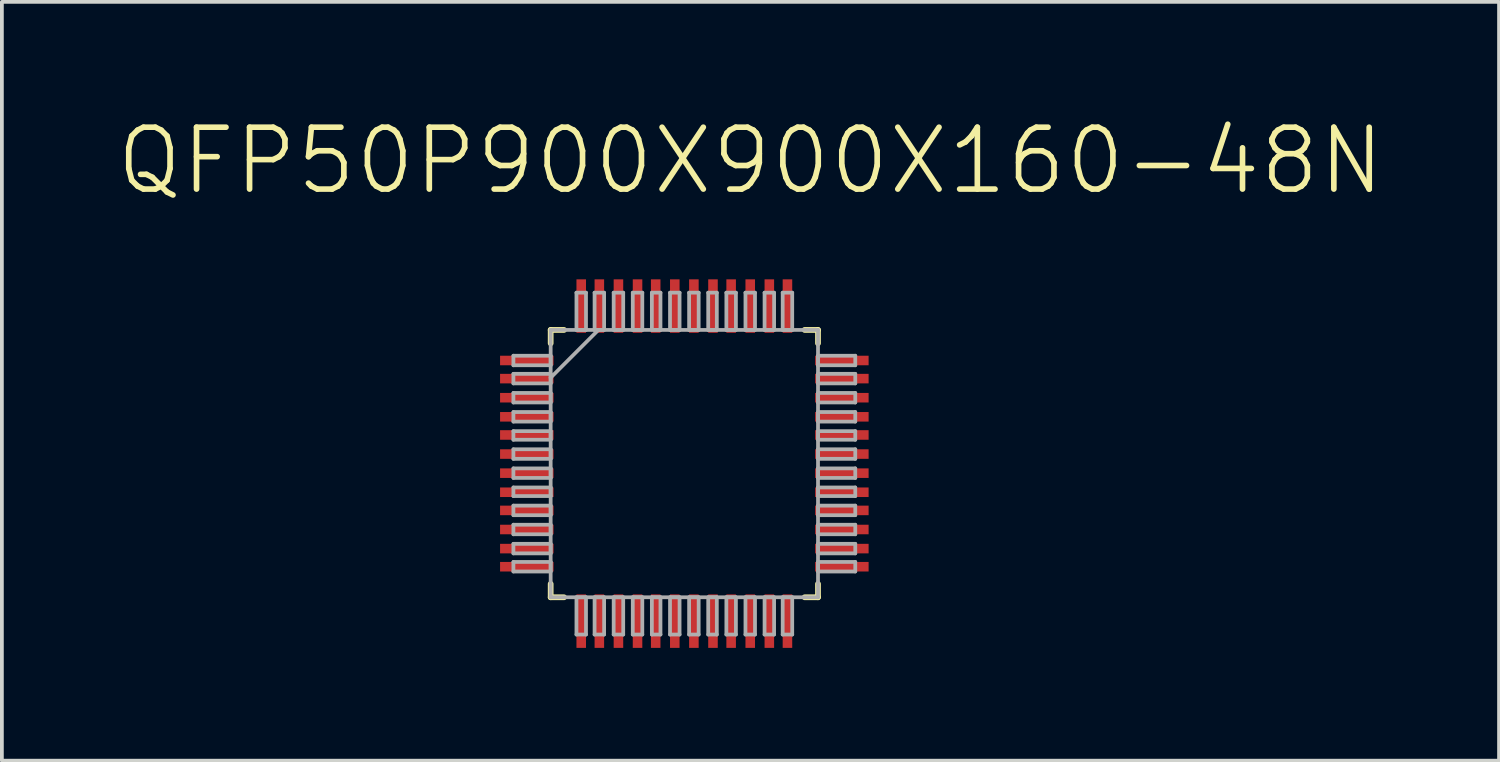
<source format=kicad_pcb>
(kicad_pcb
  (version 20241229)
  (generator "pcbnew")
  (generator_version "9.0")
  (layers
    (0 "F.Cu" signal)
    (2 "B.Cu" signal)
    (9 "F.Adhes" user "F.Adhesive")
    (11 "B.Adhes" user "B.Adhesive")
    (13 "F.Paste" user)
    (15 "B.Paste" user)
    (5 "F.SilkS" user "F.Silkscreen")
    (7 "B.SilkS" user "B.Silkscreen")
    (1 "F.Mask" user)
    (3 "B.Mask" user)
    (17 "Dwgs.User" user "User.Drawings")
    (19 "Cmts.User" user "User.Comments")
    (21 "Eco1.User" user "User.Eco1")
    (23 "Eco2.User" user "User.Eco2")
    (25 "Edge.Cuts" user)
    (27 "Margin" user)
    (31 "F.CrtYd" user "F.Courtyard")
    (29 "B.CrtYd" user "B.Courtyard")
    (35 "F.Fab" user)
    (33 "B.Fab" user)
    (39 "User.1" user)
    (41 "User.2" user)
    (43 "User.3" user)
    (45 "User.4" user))
  (footprint "QFP50P900X900X160-48N"
    (layer "F.Cu")
    (at 15.155 9.283)
    (property "Reference" "QFP50P900X900X160-48N" (at 1.759 -8.057 0) (layer "F.SilkS") (effects (font (size 1.646 1.646) (thickness 0.15))))
    (attr smd)
    (fp_line (start -3.556 -3.556) (end -3.556 -3.2) (stroke (width 0.152) (type solid)) (layer "F.SilkS"))
    (fp_line (start -3.556 3.2) (end -3.556 3.556) (stroke (width 0.152) (type solid)) (layer "F.SilkS"))
    (fp_line (start -3.556 3.556) (end -3.2 3.556) (stroke (width 0.152) (type solid)) (layer "F.SilkS"))
    (fp_line (start -3.2 -3.556) (end -3.556 -3.556) (stroke (width 0.152) (type solid)) (layer "F.SilkS"))
    (fp_line (start 3.2 3.556) (end 3.556 3.556) (stroke (width 0.152) (type solid)) (layer "F.SilkS"))
    (fp_line (start 3.556 -3.556) (end 3.2 -3.556) (stroke (width 0.152) (type solid)) (layer "F.SilkS"))
    (fp_line (start 3.556 -3.2) (end 3.556 -3.556) (stroke (width 0.152) (type solid)) (layer "F.SilkS"))
    (fp_line (start 3.556 3.556) (end 3.556 3.2) (stroke (width 0.152) (type solid)) (layer "F.SilkS"))
    (fp_line (start -4.547 -2.87) (end -4.547 -2.616) (stroke (width 0.1) (type solid)) (layer "F.Fab"))
    (fp_line (start -4.547 -2.616) (end -3.556 -2.616) (stroke (width 0.1) (type solid)) (layer "F.Fab"))
    (fp_line (start -4.547 -2.388) (end -4.547 -2.134) (stroke (width 0.1) (type solid)) (layer "F.Fab"))
    (fp_line (start -4.547 -2.134) (end -3.556 -2.134) (stroke (width 0.1) (type solid)) (layer "F.Fab"))
    (fp_line (start -4.547 -1.88) (end -4.547 -1.626) (stroke (width 0.1) (type solid)) (layer "F.Fab"))
    (fp_line (start -4.547 -1.626) (end -3.556 -1.626) (stroke (width 0.1) (type solid)) (layer "F.Fab"))
    (fp_line (start -4.547 -1.372) (end -4.547 -1.118) (stroke (width 0.1) (type solid)) (layer "F.Fab"))
    (fp_line (start -4.547 -1.118) (end -3.556 -1.118) (stroke (width 0.1) (type solid)) (layer "F.Fab"))
    (fp_line (start -4.547 -0.864) (end -4.547 -0.635) (stroke (width 0.1) (type solid)) (layer "F.Fab"))
    (fp_line (start -4.547 -0.635) (end -3.556 -0.635) (stroke (width 0.1) (type solid)) (layer "F.Fab"))
    (fp_line (start -4.547 -0.381) (end -4.547 -0.127) (stroke (width 0.1) (type solid)) (layer "F.Fab"))
    (fp_line (start -4.547 -0.127) (end -3.556 -0.127) (stroke (width 0.1) (type solid)) (layer "F.Fab"))
    (fp_line (start -4.547 0.127) (end -4.547 0.381) (stroke (width 0.1) (type solid)) (layer "F.Fab"))
    (fp_line (start -4.547 0.381) (end -3.556 0.381) (stroke (width 0.1) (type solid)) (layer "F.Fab"))
    (fp_line (start -4.547 0.635) (end -4.547 0.864) (stroke (width 0.1) (type solid)) (layer "F.Fab"))
    (fp_line (start -4.547 0.864) (end -3.556 0.864) (stroke (width 0.1) (type solid)) (layer "F.Fab"))
    (fp_line (start -4.547 1.118) (end -4.547 1.372) (stroke (width 0.1) (type solid)) (layer "F.Fab"))
    (fp_line (start -4.547 1.372) (end -3.556 1.372) (stroke (width 0.1) (type solid)) (layer "F.Fab"))
    (fp_line (start -4.547 1.626) (end -4.547 1.88) (stroke (width 0.1) (type solid)) (layer "F.Fab"))
    (fp_line (start -4.547 1.88) (end -3.556 1.88) (stroke (width 0.1) (type solid)) (layer "F.Fab"))
    (fp_line (start -4.547 2.134) (end -4.547 2.388) (stroke (width 0.1) (type solid)) (layer "F.Fab"))
    (fp_line (start -4.547 2.388) (end -3.556 2.388) (stroke (width 0.1) (type solid)) (layer "F.Fab"))
    (fp_line (start -4.547 2.616) (end -4.547 2.87) (stroke (width 0.1) (type solid)) (layer "F.Fab"))
    (fp_line (start -4.547 2.87) (end -3.556 2.87) (stroke (width 0.1) (type solid)) (layer "F.Fab"))
    (fp_line (start -3.556 -3.556) (end -3.556 3.556) (stroke (width 0.1) (type solid)) (layer "F.Fab"))
    (fp_line (start -3.556 -2.87) (end -4.547 -2.87) (stroke (width 0.1) (type solid)) (layer "F.Fab"))
    (fp_line (start -3.556 -2.616) (end -3.556 -2.87) (stroke (width 0.1) (type solid)) (layer "F.Fab"))
    (fp_line (start -3.556 -2.388) (end -4.547 -2.388) (stroke (width 0.1) (type solid)) (layer "F.Fab"))
    (fp_line (start -3.556 -2.286) (end -3.556 -2.388) (stroke (width 0.1) (type solid)) (layer "F.Fab"))
    (fp_line (start -3.556 -2.286) (end -2.286 -3.556) (stroke (width 0.1) (type solid)) (layer "F.Fab"))
    (fp_line (start -3.556 -2.134) (end -3.556 -2.286) (stroke (width 0.1) (type solid)) (layer "F.Fab"))
    (fp_line (start -3.556 -1.88) (end -4.547 -1.88) (stroke (width 0.1) (type solid)) (layer "F.Fab"))
    (fp_line (start -3.556 -1.626) (end -3.556 -1.88) (stroke (width 0.1) (type solid)) (layer "F.Fab"))
    (fp_line (start -3.556 -1.372) (end -4.547 -1.372) (stroke (width 0.1) (type solid)) (layer "F.Fab"))
    (fp_line (start -3.556 -1.118) (end -3.556 -1.372) (stroke (width 0.1) (type solid)) (layer "F.Fab"))
    (fp_line (start -3.556 -0.864) (end -4.547 -0.864) (stroke (width 0.1) (type solid)) (layer "F.Fab"))
    (fp_line (start -3.556 -0.635) (end -3.556 -0.864) (stroke (width 0.1) (type solid)) (layer "F.Fab"))
    (fp_line (start -3.556 -0.381) (end -4.547 -0.381) (stroke (width 0.1) (type solid)) (layer "F.Fab"))
    (fp_line (start -3.556 -0.127) (end -3.556 -0.381) (stroke (width 0.1) (type solid)) (layer "F.Fab"))
    (fp_line (start -3.556 0.127) (end -4.547 0.127) (stroke (width 0.1) (type solid)) (layer "F.Fab"))
    (fp_line (start -3.556 0.381) (end -3.556 0.127) (stroke (width 0.1) (type solid)) (layer "F.Fab"))
    (fp_line (start -3.556 0.635) (end -4.547 0.635) (stroke (width 0.1) (type solid)) (layer "F.Fab"))
    (fp_line (start -3.556 0.864) (end -3.556 0.635) (stroke (width 0.1) (type solid)) (layer "F.Fab"))
    (fp_line (start -3.556 1.118) (end -4.547 1.118) (stroke (width 0.1) (type solid)) (layer "F.Fab"))
    (fp_line (start -3.556 1.372) (end -3.556 1.118) (stroke (width 0.1) (type solid)) (layer "F.Fab"))
    (fp_line (start -3.556 1.626) (end -4.547 1.626) (stroke (width 0.1) (type solid)) (layer "F.Fab"))
    (fp_line (start -3.556 1.88) (end -3.556 1.626) (stroke (width 0.1) (type solid)) (layer "F.Fab"))
    (fp_line (start -3.556 2.134) (end -4.547 2.134) (stroke (width 0.1) (type solid)) (layer "F.Fab"))
    (fp_line (start -3.556 2.388) (end -3.556 2.134) (stroke (width 0.1) (type solid)) (layer "F.Fab"))
    (fp_line (start -3.556 2.616) (end -4.547 2.616) (stroke (width 0.1) (type solid)) (layer "F.Fab"))
    (fp_line (start -3.556 2.87) (end -3.556 2.616) (stroke (width 0.1) (type solid)) (layer "F.Fab"))
    (fp_line (start -3.556 3.556) (end 3.556 3.556) (stroke (width 0.1) (type solid)) (layer "F.Fab"))
    (fp_line (start -2.87 -4.547) (end -2.87 -3.556) (stroke (width 0.1) (type solid)) (layer "F.Fab"))
    (fp_line (start -2.87 -3.556) (end -2.616 -3.556) (stroke (width 0.1) (type solid)) (layer "F.Fab"))
    (fp_line (start -2.87 3.556) (end -2.87 4.547) (stroke (width 0.1) (type solid)) (layer "F.Fab"))
    (fp_line (start -2.87 4.547) (end -2.616 4.547) (stroke (width 0.1) (type solid)) (layer "F.Fab"))
    (fp_line (start -2.616 -4.547) (end -2.87 -4.547) (stroke (width 0.1) (type solid)) (layer "F.Fab"))
    (fp_line (start -2.616 -3.556) (end -2.616 -4.547) (stroke (width 0.1) (type solid)) (layer "F.Fab"))
    (fp_line (start -2.616 3.556) (end -2.87 3.556) (stroke (width 0.1) (type solid)) (layer "F.Fab"))
    (fp_line (start -2.616 4.547) (end -2.616 3.556) (stroke (width 0.1) (type solid)) (layer "F.Fab"))
    (fp_line (start -2.388 -4.547) (end -2.388 -3.556) (stroke (width 0.1) (type solid)) (layer "F.Fab"))
    (fp_line (start -2.388 -3.556) (end -2.286 -3.556) (stroke (width 0.1) (type solid)) (layer "F.Fab"))
    (fp_line (start -2.388 3.556) (end -2.388 4.547) (stroke (width 0.1) (type solid)) (layer "F.Fab"))
    (fp_line (start -2.388 4.547) (end -2.134 4.547) (stroke (width 0.1) (type solid)) (layer "F.Fab"))
    (fp_line (start -2.286 -3.556) (end -2.134 -3.556) (stroke (width 0.1) (type solid)) (layer "F.Fab"))
    (fp_line (start -2.134 -4.547) (end -2.388 -4.547) (stroke (width 0.1) (type solid)) (layer "F.Fab"))
    (fp_line (start -2.134 -3.556) (end -2.134 -4.547) (stroke (width 0.1) (type solid)) (layer "F.Fab"))
    (fp_line (start -2.134 3.556) (end -2.388 3.556) (stroke (width 0.1) (type solid)) (layer "F.Fab"))
    (fp_line (start -2.134 4.547) (end -2.134 3.556) (stroke (width 0.1) (type solid)) (layer "F.Fab"))
    (fp_line (start -1.88 -4.547) (end -1.88 -3.556) (stroke (width 0.1) (type solid)) (layer "F.Fab"))
    (fp_line (start -1.88 -3.556) (end -1.626 -3.556) (stroke (width 0.1) (type solid)) (layer "F.Fab"))
    (fp_line (start -1.88 3.556) (end -1.88 4.547) (stroke (width 0.1) (type solid)) (layer "F.Fab"))
    (fp_line (start -1.88 4.547) (end -1.626 4.547) (stroke (width 0.1) (type solid)) (layer "F.Fab"))
    (fp_line (start -1.626 -4.547) (end -1.88 -4.547) (stroke (width 0.1) (type solid)) (layer "F.Fab"))
    (fp_line (start -1.626 -3.556) (end -1.626 -4.547) (stroke (width 0.1) (type solid)) (layer "F.Fab"))
    (fp_line (start -1.626 3.556) (end -1.88 3.556) (stroke (width 0.1) (type solid)) (layer "F.Fab"))
    (fp_line (start -1.626 4.547) (end -1.626 3.556) (stroke (width 0.1) (type solid)) (layer "F.Fab"))
    (fp_line (start -1.372 -4.547) (end -1.372 -3.556) (stroke (width 0.1) (type solid)) (layer "F.Fab"))
    (fp_line (start -1.372 -3.556) (end -1.118 -3.556) (stroke (width 0.1) (type solid)) (layer "F.Fab"))
    (fp_line (start -1.372 3.556) (end -1.372 4.547) (stroke (width 0.1) (type solid)) (layer "F.Fab"))
    (fp_line (start -1.372 4.547) (end -1.118 4.547) (stroke (width 0.1) (type solid)) (layer "F.Fab"))
    (fp_line (start -1.118 -4.547) (end -1.372 -4.547) (stroke (width 0.1) (type solid)) (layer "F.Fab"))
    (fp_line (start -1.118 -3.556) (end -1.118 -4.547) (stroke (width 0.1) (type solid)) (layer "F.Fab"))
    (fp_line (start -1.118 3.556) (end -1.372 3.556) (stroke (width 0.1) (type solid)) (layer "F.Fab"))
    (fp_line (start -1.118 4.547) (end -1.118 3.556) (stroke (width 0.1) (type solid)) (layer "F.Fab"))
    (fp_line (start -0.864 -4.547) (end -0.864 -3.556) (stroke (width 0.1) (type solid)) (layer "F.Fab"))
    (fp_line (start -0.864 -3.556) (end -0.635 -3.556) (stroke (width 0.1) (type solid)) (layer "F.Fab"))
    (fp_line (start -0.864 3.556) (end -0.864 4.547) (stroke (width 0.1) (type solid)) (layer "F.Fab"))
    (fp_line (start -0.864 4.547) (end -0.635 4.547) (stroke (width 0.1) (type solid)) (layer "F.Fab"))
    (fp_line (start -0.635 -4.547) (end -0.864 -4.547) (stroke (width 0.1) (type solid)) (layer "F.Fab"))
    (fp_line (start -0.635 -3.556) (end -0.635 -4.547) (stroke (width 0.1) (type solid)) (layer "F.Fab"))
    (fp_line (start -0.635 3.556) (end -0.864 3.556) (stroke (width 0.1) (type solid)) (layer "F.Fab"))
    (fp_line (start -0.635 4.547) (end -0.635 3.556) (stroke (width 0.1) (type solid)) (layer "F.Fab"))
    (fp_line (start -0.381 -4.547) (end -0.381 -3.556) (stroke (width 0.1) (type solid)) (layer "F.Fab"))
    (fp_line (start -0.381 -3.556) (end -0.127 -3.556) (stroke (width 0.1) (type solid)) (layer "F.Fab"))
    (fp_line (start -0.381 3.556) (end -0.381 4.547) (stroke (width 0.1) (type solid)) (layer "F.Fab"))
    (fp_line (start -0.381 4.547) (end -0.127 4.547) (stroke (width 0.1) (type solid)) (layer "F.Fab"))
    (fp_line (start -0.127 -4.547) (end -0.381 -4.547) (stroke (width 0.1) (type solid)) (layer "F.Fab"))
    (fp_line (start -0.127 -3.556) (end -0.127 -4.547) (stroke (width 0.1) (type solid)) (layer "F.Fab"))
    (fp_line (start -0.127 3.556) (end -0.381 3.556) (stroke (width 0.1) (type solid)) (layer "F.Fab"))
    (fp_line (start -0.127 4.547) (end -0.127 3.556) (stroke (width 0.1) (type solid)) (layer "F.Fab"))
    (fp_line (start 0.127 -4.547) (end 0.127 -3.556) (stroke (width 0.1) (type solid)) (layer "F.Fab"))
    (fp_line (start 0.127 -3.556) (end 0.381 -3.556) (stroke (width 0.1) (type solid)) (layer "F.Fab"))
    (fp_line (start 0.127 3.556) (end 0.127 4.547) (stroke (width 0.1) (type solid)) (layer "F.Fab"))
    (fp_line (start 0.127 4.547) (end 0.381 4.547) (stroke (width 0.1) (type solid)) (layer "F.Fab"))
    (fp_line (start 0.381 -4.547) (end 0.127 -4.547) (stroke (width 0.1) (type solid)) (layer "F.Fab"))
    (fp_line (start 0.381 -3.556) (end 0.381 -4.547) (stroke (width 0.1) (type solid)) (layer "F.Fab"))
    (fp_line (start 0.381 3.556) (end 0.127 3.556) (stroke (width 0.1) (type solid)) (layer "F.Fab"))
    (fp_line (start 0.381 4.547) (end 0.381 3.556) (stroke (width 0.1) (type solid)) (layer "F.Fab"))
    (fp_line (start 0.635 -4.547) (end 0.635 -3.556) (stroke (width 0.1) (type solid)) (layer "F.Fab"))
    (fp_line (start 0.635 -3.556) (end 0.864 -3.556) (stroke (width 0.1) (type solid)) (layer "F.Fab"))
    (fp_line (start 0.635 3.556) (end 0.635 4.547) (stroke (width 0.1) (type solid)) (layer "F.Fab"))
    (fp_line (start 0.635 4.547) (end 0.864 4.547) (stroke (width 0.1) (type solid)) (layer "F.Fab"))
    (fp_line (start 0.864 -4.547) (end 0.635 -4.547) (stroke (width 0.1) (type solid)) (layer "F.Fab"))
    (fp_line (start 0.864 -3.556) (end 0.864 -4.547) (stroke (width 0.1) (type solid)) (layer "F.Fab"))
    (fp_line (start 0.864 3.556) (end 0.635 3.556) (stroke (width 0.1) (type solid)) (layer "F.Fab"))
    (fp_line (start 0.864 4.547) (end 0.864 3.556) (stroke (width 0.1) (type solid)) (layer "F.Fab"))
    (fp_line (start 1.118 -4.547) (end 1.118 -3.556) (stroke (width 0.1) (type solid)) (layer "F.Fab"))
    (fp_line (start 1.118 -3.556) (end 1.372 -3.556) (stroke (width 0.1) (type solid)) (layer "F.Fab"))
    (fp_line (start 1.118 3.556) (end 1.118 4.547) (stroke (width 0.1) (type solid)) (layer "F.Fab"))
    (fp_line (start 1.118 4.547) (end 1.372 4.547) (stroke (width 0.1) (type solid)) (layer "F.Fab"))
    (fp_line (start 1.372 -4.547) (end 1.118 -4.547) (stroke (width 0.1) (type solid)) (layer "F.Fab"))
    (fp_line (start 1.372 -3.556) (end 1.372 -4.547) (stroke (width 0.1) (type solid)) (layer "F.Fab"))
    (fp_line (start 1.372 3.556) (end 1.118 3.556) (stroke (width 0.1) (type solid)) (layer "F.Fab"))
    (fp_line (start 1.372 4.547) (end 1.372 3.556) (stroke (width 0.1) (type solid)) (layer "F.Fab"))
    (fp_line (start 1.626 -4.547) (end 1.626 -3.556) (stroke (width 0.1) (type solid)) (layer "F.Fab"))
    (fp_line (start 1.626 -3.556) (end 1.88 -3.556) (stroke (width 0.1) (type solid)) (layer "F.Fab"))
    (fp_line (start 1.626 3.556) (end 1.626 4.547) (stroke (width 0.1) (type solid)) (layer "F.Fab"))
    (fp_line (start 1.626 4.547) (end 1.88 4.547) (stroke (width 0.1) (type solid)) (layer "F.Fab"))
    (fp_line (start 1.88 -4.547) (end 1.626 -4.547) (stroke (width 0.1) (type solid)) (layer "F.Fab"))
    (fp_line (start 1.88 -3.556) (end 1.88 -4.547) (stroke (width 0.1) (type solid)) (layer "F.Fab"))
    (fp_line (start 1.88 3.556) (end 1.626 3.556) (stroke (width 0.1) (type solid)) (layer "F.Fab"))
    (fp_line (start 1.88 4.547) (end 1.88 3.556) (stroke (width 0.1) (type solid)) (layer "F.Fab"))
    (fp_line (start 2.134 -4.547) (end 2.134 -3.556) (stroke (width 0.1) (type solid)) (layer "F.Fab"))
    (fp_line (start 2.134 -3.556) (end 2.388 -3.556) (stroke (width 0.1) (type solid)) (layer "F.Fab"))
    (fp_line (start 2.134 3.556) (end 2.134 4.547) (stroke (width 0.1) (type solid)) (layer "F.Fab"))
    (fp_line (start 2.134 4.547) (end 2.388 4.547) (stroke (width 0.1) (type solid)) (layer "F.Fab"))
    (fp_line (start 2.388 -4.547) (end 2.134 -4.547) (stroke (width 0.1) (type solid)) (layer "F.Fab"))
    (fp_line (start 2.388 -3.556) (end 2.388 -4.547) (stroke (width 0.1) (type solid)) (layer "F.Fab"))
    (fp_line (start 2.388 3.556) (end 2.134 3.556) (stroke (width 0.1) (type solid)) (layer "F.Fab"))
    (fp_line (start 2.388 4.547) (end 2.388 3.556) (stroke (width 0.1) (type solid)) (layer "F.Fab"))
    (fp_line (start 2.616 -4.547) (end 2.616 -3.556) (stroke (width 0.1) (type solid)) (layer "F.Fab"))
    (fp_line (start 2.616 -3.556) (end 2.87 -3.556) (stroke (width 0.1) (type solid)) (layer "F.Fab"))
    (fp_line (start 2.616 3.556) (end 2.616 4.547) (stroke (width 0.1) (type solid)) (layer "F.Fab"))
    (fp_line (start 2.616 4.547) (end 2.87 4.547) (stroke (width 0.1) (type solid)) (layer "F.Fab"))
    (fp_line (start 2.87 -4.547) (end 2.616 -4.547) (stroke (width 0.1) (type solid)) (layer "F.Fab"))
    (fp_line (start 2.87 -3.556) (end 2.87 -4.547) (stroke (width 0.1) (type solid)) (layer "F.Fab"))
    (fp_line (start 2.87 3.556) (end 2.616 3.556) (stroke (width 0.1) (type solid)) (layer "F.Fab"))
    (fp_line (start 2.87 4.547) (end 2.87 3.556) (stroke (width 0.1) (type solid)) (layer "F.Fab"))
    (fp_line (start 3.556 -3.556) (end -3.556 -3.556) (stroke (width 0.1) (type solid)) (layer "F.Fab"))
    (fp_line (start 3.556 -2.87) (end 3.556 -2.616) (stroke (width 0.1) (type solid)) (layer "F.Fab"))
    (fp_line (start 3.556 -2.616) (end 4.547 -2.616) (stroke (width 0.1) (type solid)) (layer "F.Fab"))
    (fp_line (start 3.556 -2.388) (end 3.556 -2.134) (stroke (width 0.1) (type solid)) (layer "F.Fab"))
    (fp_line (start 3.556 -2.134) (end 4.547 -2.134) (stroke (width 0.1) (type solid)) (layer "F.Fab"))
    (fp_line (start 3.556 -1.88) (end 3.556 -1.626) (stroke (width 0.1) (type solid)) (layer "F.Fab"))
    (fp_line (start 3.556 -1.626) (end 4.547 -1.626) (stroke (width 0.1) (type solid)) (layer "F.Fab"))
    (fp_line (start 3.556 -1.372) (end 3.556 -1.118) (stroke (width 0.1) (type solid)) (layer "F.Fab"))
    (fp_line (start 3.556 -1.118) (end 4.547 -1.118) (stroke (width 0.1) (type solid)) (layer "F.Fab"))
    (fp_line (start 3.556 -0.864) (end 3.556 -0.635) (stroke (width 0.1) (type solid)) (layer "F.Fab"))
    (fp_line (start 3.556 -0.635) (end 4.547 -0.635) (stroke (width 0.1) (type solid)) (layer "F.Fab"))
    (fp_line (start 3.556 -0.381) (end 3.556 -0.127) (stroke (width 0.1) (type solid)) (layer "F.Fab"))
    (fp_line (start 3.556 -0.127) (end 4.547 -0.127) (stroke (width 0.1) (type solid)) (layer "F.Fab"))
    (fp_line (start 3.556 0.127) (end 3.556 0.381) (stroke (width 0.1) (type solid)) (layer "F.Fab"))
    (fp_line (start 3.556 0.381) (end 4.547 0.381) (stroke (width 0.1) (type solid)) (layer "F.Fab"))
    (fp_line (start 3.556 0.635) (end 3.556 0.864) (stroke (width 0.1) (type solid)) (layer "F.Fab"))
    (fp_line (start 3.556 0.864) (end 4.547 0.864) (stroke (width 0.1) (type solid)) (layer "F.Fab"))
    (fp_line (start 3.556 1.118) (end 3.556 1.372) (stroke (width 0.1) (type solid)) (layer "F.Fab"))
    (fp_line (start 3.556 1.372) (end 4.547 1.372) (stroke (width 0.1) (type solid)) (layer "F.Fab"))
    (fp_line (start 3.556 1.626) (end 3.556 1.88) (stroke (width 0.1) (type solid)) (layer "F.Fab"))
    (fp_line (start 3.556 1.88) (end 4.547 1.88) (stroke (width 0.1) (type solid)) (layer "F.Fab"))
    (fp_line (start 3.556 2.134) (end 3.556 2.388) (stroke (width 0.1) (type solid)) (layer "F.Fab"))
    (fp_line (start 3.556 2.388) (end 4.547 2.388) (stroke (width 0.1) (type solid)) (layer "F.Fab"))
    (fp_line (start 3.556 2.616) (end 3.556 2.87) (stroke (width 0.1) (type solid)) (layer "F.Fab"))
    (fp_line (start 3.556 2.87) (end 4.547 2.87) (stroke (width 0.1) (type solid)) (layer "F.Fab"))
    (fp_line (start 3.556 3.556) (end 3.556 -3.556) (stroke (width 0.1) (type solid)) (layer "F.Fab"))
    (fp_line (start 4.547 -2.87) (end 3.556 -2.87) (stroke (width 0.1) (type solid)) (layer "F.Fab"))
    (fp_line (start 4.547 -2.616) (end 4.547 -2.87) (stroke (width 0.1) (type solid)) (layer "F.Fab"))
    (fp_line (start 4.547 -2.388) (end 3.556 -2.388) (stroke (width 0.1) (type solid)) (layer "F.Fab"))
    (fp_line (start 4.547 -2.134) (end 4.547 -2.388) (stroke (width 0.1) (type solid)) (layer "F.Fab"))
    (fp_line (start 4.547 -1.88) (end 3.556 -1.88) (stroke (width 0.1) (type solid)) (layer "F.Fab"))
    (fp_line (start 4.547 -1.626) (end 4.547 -1.88) (stroke (width 0.1) (type solid)) (layer "F.Fab"))
    (fp_line (start 4.547 -1.372) (end 3.556 -1.372) (stroke (width 0.1) (type solid)) (layer "F.Fab"))
    (fp_line (start 4.547 -1.118) (end 4.547 -1.372) (stroke (width 0.1) (type solid)) (layer "F.Fab"))
    (fp_line (start 4.547 -0.864) (end 3.556 -0.864) (stroke (width 0.1) (type solid)) (layer "F.Fab"))
    (fp_line (start 4.547 -0.635) (end 4.547 -0.864) (stroke (width 0.1) (type solid)) (layer "F.Fab"))
    (fp_line (start 4.547 -0.381) (end 3.556 -0.381) (stroke (width 0.1) (type solid)) (layer "F.Fab"))
    (fp_line (start 4.547 -0.127) (end 4.547 -0.381) (stroke (width 0.1) (type solid)) (layer "F.Fab"))
    (fp_line (start 4.547 0.127) (end 3.556 0.127) (stroke (width 0.1) (type solid)) (layer "F.Fab"))
    (fp_line (start 4.547 0.381) (end 4.547 0.127) (stroke (width 0.1) (type solid)) (layer "F.Fab"))
    (fp_line (start 4.547 0.635) (end 3.556 0.635) (stroke (width 0.1) (type solid)) (layer "F.Fab"))
    (fp_line (start 4.547 0.864) (end 4.547 0.635) (stroke (width 0.1) (type solid)) (layer "F.Fab"))
    (fp_line (start 4.547 1.118) (end 3.556 1.118) (stroke (width 0.1) (type solid)) (layer "F.Fab"))
    (fp_line (start 4.547 1.372) (end 4.547 1.118) (stroke (width 0.1) (type solid)) (layer "F.Fab"))
    (fp_line (start 4.547 1.626) (end 3.556 1.626) (stroke (width 0.1) (type solid)) (layer "F.Fab"))
    (fp_line (start 4.547 1.88) (end 4.547 1.626) (stroke (width 0.1) (type solid)) (layer "F.Fab"))
    (fp_line (start 4.547 2.134) (end 3.556 2.134) (stroke (width 0.1) (type solid)) (layer "F.Fab"))
    (fp_line (start 4.547 2.388) (end 4.547 2.134) (stroke (width 0.1) (type solid)) (layer "F.Fab"))
    (fp_line (start 4.547 2.616) (end 3.556 2.616) (stroke (width 0.1) (type solid)) (layer "F.Fab"))
    (fp_line (start 4.547 2.87) (end 4.547 2.616) (stroke (width 0.1) (type solid)) (layer "F.Fab"))
    (pad "1" smd rect (at -4.191 -2.743 270) (size 0.254 1.422) (layers "F.Cu" "F.Mask" "F.Paste"))
    (pad "2" smd rect (at -4.191 -2.261 270) (size 0.254 1.422) (layers "F.Cu" "F.Mask" "F.Paste"))
    (pad "3" smd rect (at -4.191 -1.753 270) (size 0.254 1.422) (layers "F.Cu" "F.Mask" "F.Paste"))
    (pad "4" smd rect (at -4.191 -1.245 270) (size 0.254 1.422) (layers "F.Cu" "F.Mask" "F.Paste"))
    (pad "5" smd rect (at -4.191 -0.762 270) (size 0.254 1.422) (layers "F.Cu" "F.Mask" "F.Paste"))
    (pad "6" smd rect (at -4.191 -0.254 270) (size 0.254 1.422) (layers "F.Cu" "F.Mask" "F.Paste"))
    (pad "7" smd rect (at -4.191 0.254 270) (size 0.254 1.422) (layers "F.Cu" "F.Mask" "F.Paste"))
    (pad "8" smd rect (at -4.191 0.762 270) (size 0.254 1.422) (layers "F.Cu" "F.Mask" "F.Paste"))
    (pad "9" smd rect (at -4.191 1.245 270) (size 0.254 1.422) (layers "F.Cu" "F.Mask" "F.Paste"))
    (pad "10" smd rect (at -4.191 1.753 270) (size 0.254 1.422) (layers "F.Cu" "F.Mask" "F.Paste"))
    (pad "11" smd rect (at -4.191 2.261 270) (size 0.254 1.422) (layers "F.Cu" "F.Mask" "F.Paste"))
    (pad "12" smd rect (at -4.191 2.743 270) (size 0.254 1.422) (layers "F.Cu" "F.Mask" "F.Paste"))
    (pad "13" smd rect (at -2.743 4.191 180) (size 0.254 1.422) (layers "F.Cu" "F.Mask" "F.Paste"))
    (pad "14" smd rect (at -2.261 4.191 180) (size 0.254 1.422) (layers "F.Cu" "F.Mask" "F.Paste"))
    (pad "15" smd rect (at -1.753 4.191 180) (size 0.254 1.422) (layers "F.Cu" "F.Mask" "F.Paste"))
    (pad "16" smd rect (at -1.245 4.191 180) (size 0.254 1.422) (layers "F.Cu" "F.Mask" "F.Paste"))
    (pad "17" smd rect (at -0.762 4.191 180) (size 0.254 1.422) (layers "F.Cu" "F.Mask" "F.Paste"))
    (pad "18" smd rect (at -0.254 4.191 180) (size 0.254 1.422) (layers "F.Cu" "F.Mask" "F.Paste"))
    (pad "19" smd rect (at 0.254 4.191 180) (size 0.254 1.422) (layers "F.Cu" "F.Mask" "F.Paste"))
    (pad "20" smd rect (at 0.762 4.191 180) (size 0.254 1.422) (layers "F.Cu" "F.Mask" "F.Paste"))
    (pad "21" smd rect (at 1.245 4.191 180) (size 0.254 1.422) (layers "F.Cu" "F.Mask" "F.Paste"))
    (pad "22" smd rect (at 1.753 4.191 180) (size 0.254 1.422) (layers "F.Cu" "F.Mask" "F.Paste"))
    (pad "23" smd rect (at 2.261 4.191 180) (size 0.254 1.422) (layers "F.Cu" "F.Mask" "F.Paste"))
    (pad "24" smd rect (at 2.743 4.191 180) (size 0.254 1.422) (layers "F.Cu" "F.Mask" "F.Paste"))
    (pad "25" smd rect (at 4.191 2.743 270) (size 0.254 1.422) (layers "F.Cu" "F.Mask" "F.Paste"))
    (pad "26" smd rect (at 4.191 2.261 270) (size 0.254 1.422) (layers "F.Cu" "F.Mask" "F.Paste"))
    (pad "27" smd rect (at 4.191 1.753 270) (size 0.254 1.422) (layers "F.Cu" "F.Mask" "F.Paste"))
    (pad "28" smd rect (at 4.191 1.245 270) (size 0.254 1.422) (layers "F.Cu" "F.Mask" "F.Paste"))
    (pad "29" smd rect (at 4.191 0.762 270) (size 0.254 1.422) (layers "F.Cu" "F.Mask" "F.Paste"))
    (pad "30" smd rect (at 4.191 0.254 270) (size 0.254 1.422) (layers "F.Cu" "F.Mask" "F.Paste"))
    (pad "31" smd rect (at 4.191 -0.254 270) (size 0.254 1.422) (layers "F.Cu" "F.Mask" "F.Paste"))
    (pad "32" smd rect (at 4.191 -0.762 270) (size 0.254 1.422) (layers "F.Cu" "F.Mask" "F.Paste"))
    (pad "33" smd rect (at 4.191 -1.245 270) (size 0.254 1.422) (layers "F.Cu" "F.Mask" "F.Paste"))
    (pad "34" smd rect (at 4.191 -1.753 270) (size 0.254 1.422) (layers "F.Cu" "F.Mask" "F.Paste"))
    (pad "35" smd rect (at 4.191 -2.261 270) (size 0.254 1.422) (layers "F.Cu" "F.Mask" "F.Paste"))
    (pad "36" smd rect (at 4.191 -2.743 270) (size 0.254 1.422) (layers "F.Cu" "F.Mask" "F.Paste"))
    (pad "37" smd rect (at 2.743 -4.191 180) (size 0.254 1.422) (layers "F.Cu" "F.Mask" "F.Paste"))
    (pad "38" smd rect (at 2.261 -4.191 180) (size 0.254 1.422) (layers "F.Cu" "F.Mask" "F.Paste"))
    (pad "39" smd rect (at 1.753 -4.191 180) (size 0.254 1.422) (layers "F.Cu" "F.Mask" "F.Paste"))
    (pad "40" smd rect (at 1.245 -4.191 180) (size 0.254 1.422) (layers "F.Cu" "F.Mask" "F.Paste"))
    (pad "41" smd rect (at 0.762 -4.191 180) (size 0.254 1.422) (layers "F.Cu" "F.Mask" "F.Paste"))
    (pad "42" smd rect (at 0.254 -4.191 180) (size 0.254 1.422) (layers "F.Cu" "F.Mask" "F.Paste"))
    (pad "43" smd rect (at -0.254 -4.191 180) (size 0.254 1.422) (layers "F.Cu" "F.Mask" "F.Paste"))
    (pad "44" smd rect (at -0.762 -4.191 180) (size 0.254 1.422) (layers "F.Cu" "F.Mask" "F.Paste"))
    (pad "45" smd rect (at -1.245 -4.191 180) (size 0.254 1.422) (layers "F.Cu" "F.Mask" "F.Paste"))
    (pad "46" smd rect (at -1.753 -4.191 180) (size 0.254 1.422) (layers "F.Cu" "F.Mask" "F.Paste"))
    (pad "47" smd rect (at -2.261 -4.191 180) (size 0.254 1.422) (layers "F.Cu" "F.Mask" "F.Paste"))
    (pad "48" smd rect (at -2.743 -4.191 180) (size 0.254 1.422) (layers "F.Cu" "F.Mask" "F.Paste")))
  (gr_rect
    (start -3 -3)
    (end 36.828 17.185)
    (stroke (width 0.1) (type default))
    (fill no)
    (layer "Edge.Cuts")))
</source>
